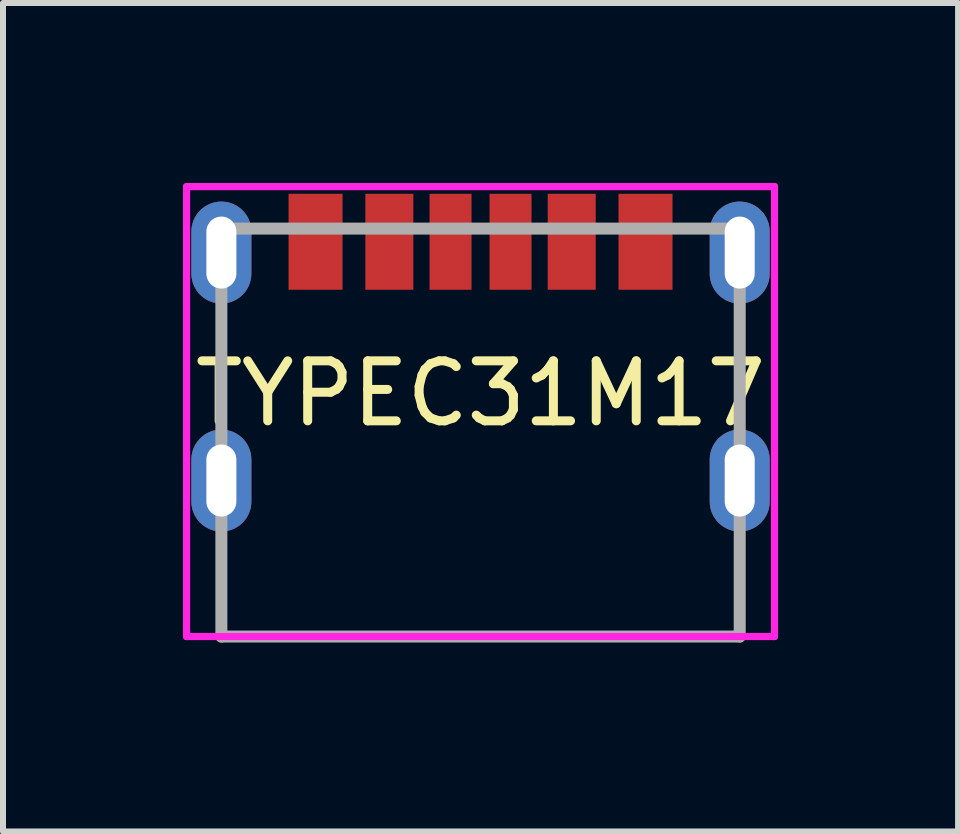
<source format=kicad_pcb>
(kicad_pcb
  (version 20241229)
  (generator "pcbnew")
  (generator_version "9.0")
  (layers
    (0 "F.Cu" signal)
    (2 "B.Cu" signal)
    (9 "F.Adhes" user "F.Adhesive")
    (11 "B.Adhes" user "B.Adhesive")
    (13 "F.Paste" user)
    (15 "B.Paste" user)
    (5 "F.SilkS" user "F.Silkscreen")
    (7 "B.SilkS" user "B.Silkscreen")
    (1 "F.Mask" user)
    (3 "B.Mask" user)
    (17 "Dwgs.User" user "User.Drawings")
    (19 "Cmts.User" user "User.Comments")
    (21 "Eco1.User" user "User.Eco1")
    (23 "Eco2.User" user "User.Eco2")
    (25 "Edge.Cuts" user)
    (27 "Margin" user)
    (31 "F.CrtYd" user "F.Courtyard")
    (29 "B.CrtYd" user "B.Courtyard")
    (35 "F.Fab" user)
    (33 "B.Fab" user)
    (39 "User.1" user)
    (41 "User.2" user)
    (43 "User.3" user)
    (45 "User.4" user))
  (footprint "TYPEC31M17"
    (layer "F.Cu")
    (at 4.96 7.56)
    (property "Reference" "TYPEC31M17" (at 0 -4.05 0) (layer "F.SilkS") (effects (font (size 1 1) (thickness 0.15))))
    (attr through_hole)
    (fp_line (start -4.32 0) (end 4.32 0) (stroke (width 0.1) (type solid)) (layer "F.SilkS"))
    (fp_line (start -4.9 -7.5) (end -4.9 0) (stroke (width 0.12) (type solid)) (layer "F.CrtYd"))
    (fp_line (start -4.9 0) (end 4.9 0) (stroke (width 0.12) (type solid)) (layer "F.CrtYd"))
    (fp_line (start 4.9 -7.5) (end -4.9 -7.5) (stroke (width 0.12) (type solid)) (layer "F.CrtYd"))
    (fp_line (start 4.9 0) (end 4.9 -7.5) (stroke (width 0.12) (type solid)) (layer "F.CrtYd"))
    (fp_line (start -4.32 -6.8) (end 4.32 -6.8) (stroke (width 0.2) (type solid)) (layer "F.Fab"))
    (fp_line (start -4.32 0) (end -4.32 -6.8) (stroke (width 0.2) (type solid)) (layer "F.Fab"))
    (fp_line (start 4.32 -6.8) (end 4.32 0) (stroke (width 0.2) (type solid)) (layer "F.Fab"))
    (fp_line (start 4.32 0) (end -4.32 0) (stroke (width 0.2) (type solid)) (layer "F.Fab"))
    (pad "A5" smd rect (at -0.5 -6.58) (size 0.7 1.6) (layers "F.Cu" "F.Mask" "F.Paste"))
    (pad "A9" smd rect (at 1.52 -6.58) (size 0.8 1.6) (layers "F.Cu" "F.Mask" "F.Paste"))
    (pad "A12" smd rect (at 2.75 -6.58) (size 0.9 1.6) (layers "F.Cu" "F.Mask" "F.Paste"))
    (pad "B5" smd rect (at 0.5 -6.58) (size 0.7 1.6) (layers "F.Cu" "F.Mask" "F.Paste"))
    (pad "B9" smd rect (at -1.52 -6.58) (size 0.8 1.6) (layers "F.Cu" "F.Mask" "F.Paste"))
    (pad "B12" smd rect (at -2.75 -6.58) (size 0.9 1.6) (layers "F.Cu" "F.Mask" "F.Paste"))
    (pad "MH1" thru_hole oval (at -4.32 -2.6) (size 1 1.7) (drill oval 0.5 1.2) (layers "*.Cu" "*.Mask"))
    (pad "MH2" thru_hole oval (at 4.32 -2.6) (size 1 1.7) (drill oval 0.5 1.2) (layers "*.Cu" "*.Mask"))
    (pad "MH3" thru_hole oval (at 4.32 -6.4) (size 1 1.7) (drill oval 0.5 1.2) (layers "*.Cu" "*.Mask"))
    (pad "MH4" thru_hole oval (at -4.32 -6.4) (size 1 1.7) (drill oval 0.5 1.2) (layers "*.Cu" "*.Mask")))
  (gr_rect
    (start -3 -3)
    (end 12.92 10.81)
    (stroke (width 0.1) (type default))
    (fill no)
    (layer "Edge.Cuts")))
</source>
